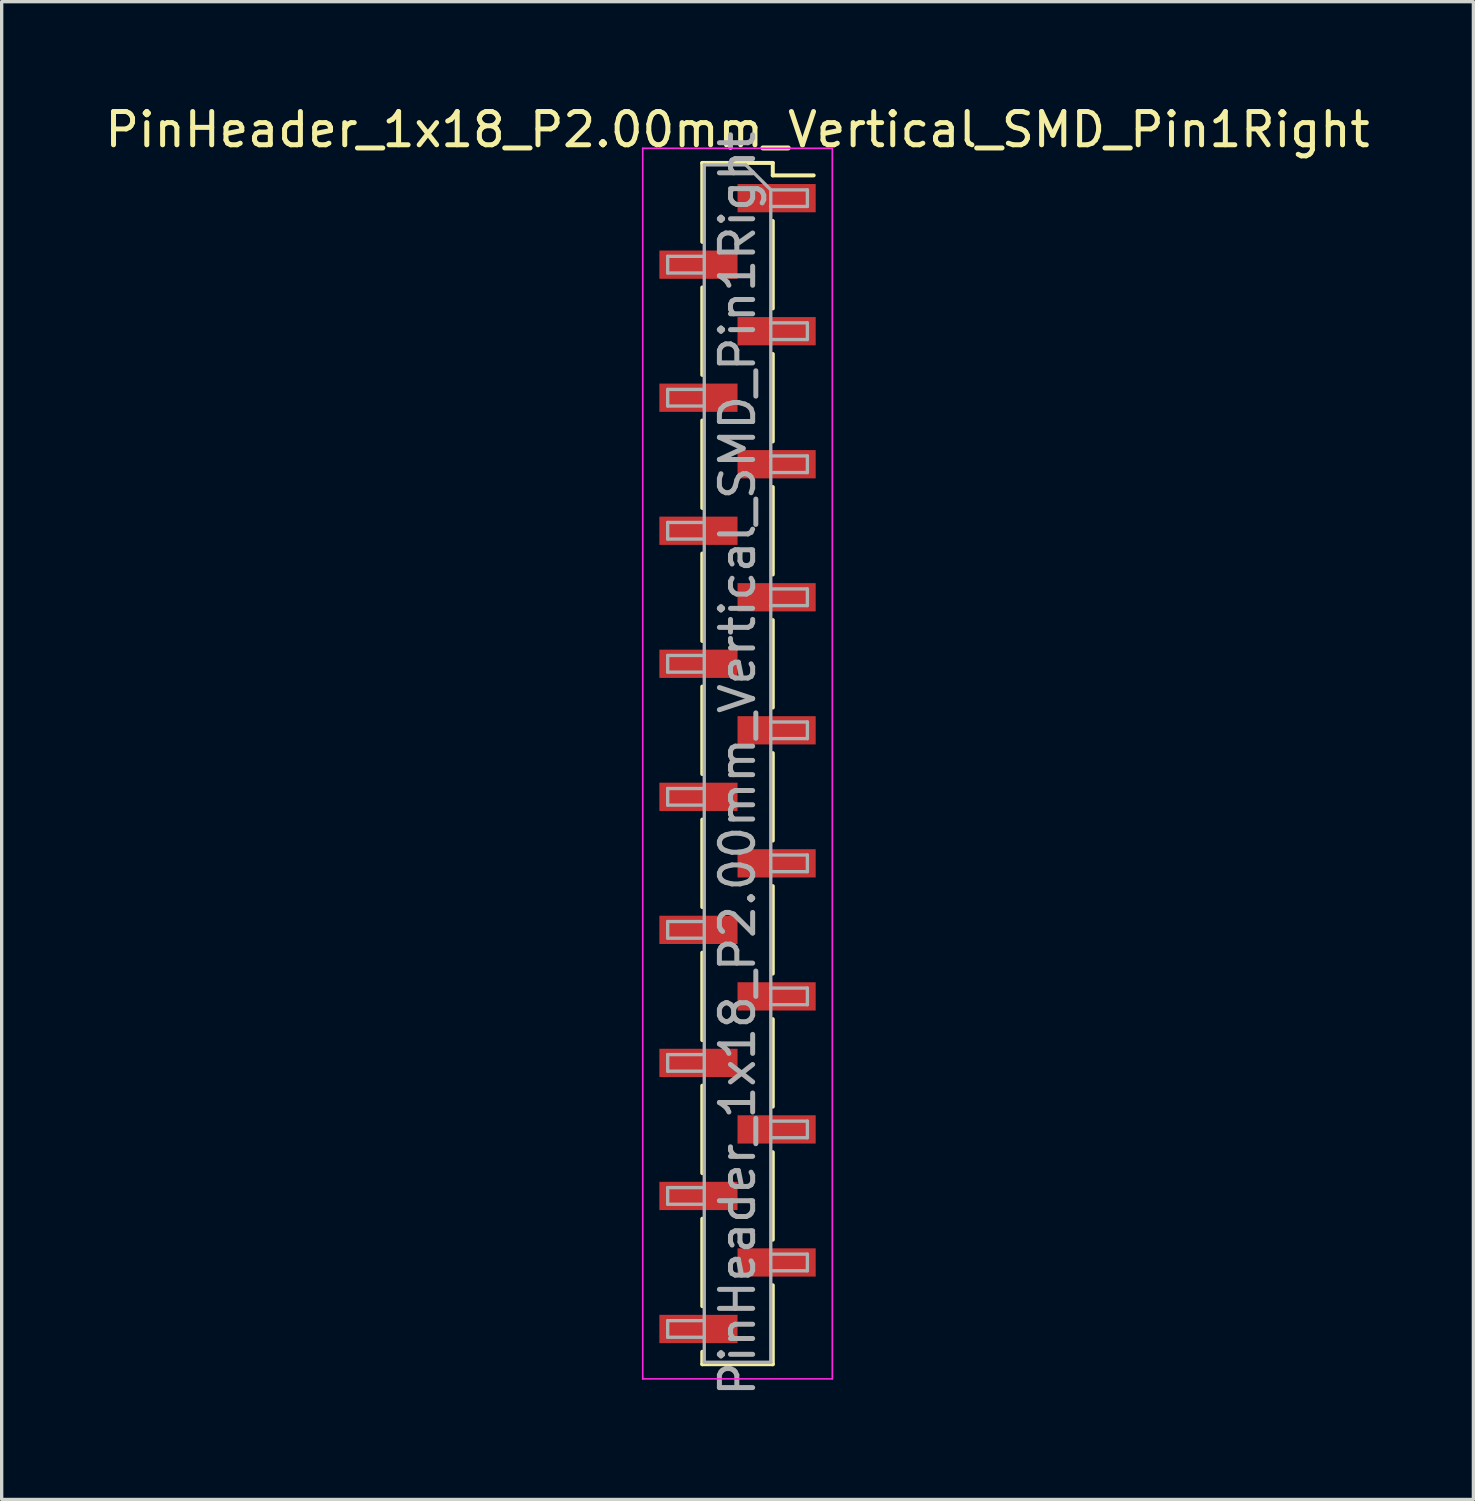
<source format=kicad_pcb>
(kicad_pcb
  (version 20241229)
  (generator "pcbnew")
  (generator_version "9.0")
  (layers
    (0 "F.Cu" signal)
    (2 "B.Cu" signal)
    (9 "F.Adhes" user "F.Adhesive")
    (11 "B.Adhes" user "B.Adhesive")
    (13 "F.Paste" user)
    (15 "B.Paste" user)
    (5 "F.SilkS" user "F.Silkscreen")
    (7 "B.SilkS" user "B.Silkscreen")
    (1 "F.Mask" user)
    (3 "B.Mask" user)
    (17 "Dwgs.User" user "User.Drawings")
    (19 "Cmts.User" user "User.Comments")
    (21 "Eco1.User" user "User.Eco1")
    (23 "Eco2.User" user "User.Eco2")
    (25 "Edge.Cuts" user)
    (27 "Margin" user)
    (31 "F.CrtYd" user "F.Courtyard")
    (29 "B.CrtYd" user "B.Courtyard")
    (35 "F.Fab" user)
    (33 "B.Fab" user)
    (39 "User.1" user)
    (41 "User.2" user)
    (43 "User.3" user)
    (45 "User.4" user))
  (footprint "PinHeader_1x18_P2.00mm_Vertical_SMD_Pin1Right"
    (layer "F.Cu")
    (at 19.125 19.908)
    (property "Reference" "PinHeader_1x18_P2.00mm_Vertical_SMD_Pin1Right" (at 0 -19.06 0) (layer "F.SilkS") (effects (font (size 1 1) (thickness 0.15))))
    (attr smd)
    (fp_line (start -1.06 -18.06) (end -1.06 -15.685) (stroke (width 0.12) (type solid)) (layer "F.SilkS"))
    (fp_line (start -1.06 -18.06) (end 1.06 -18.06) (stroke (width 0.12) (type solid)) (layer "F.SilkS"))
    (fp_line (start -1.06 -14.315) (end -1.06 -11.685) (stroke (width 0.12) (type solid)) (layer "F.SilkS"))
    (fp_line (start -1.06 -10.315) (end -1.06 -7.685) (stroke (width 0.12) (type solid)) (layer "F.SilkS"))
    (fp_line (start -1.06 -6.315) (end -1.06 -3.685) (stroke (width 0.12) (type solid)) (layer "F.SilkS"))
    (fp_line (start -1.06 -2.315) (end -1.06 0.315) (stroke (width 0.12) (type solid)) (layer "F.SilkS"))
    (fp_line (start -1.06 1.685) (end -1.06 4.315) (stroke (width 0.12) (type solid)) (layer "F.SilkS"))
    (fp_line (start -1.06 5.685) (end -1.06 8.315) (stroke (width 0.12) (type solid)) (layer "F.SilkS"))
    (fp_line (start -1.06 9.685) (end -1.06 12.315) (stroke (width 0.12) (type solid)) (layer "F.SilkS"))
    (fp_line (start -1.06 13.685) (end -1.06 16.315) (stroke (width 0.12) (type solid)) (layer "F.SilkS"))
    (fp_line (start -1.06 17.685) (end -1.06 18.06) (stroke (width 0.12) (type solid)) (layer "F.SilkS"))
    (fp_line (start -1.06 18.06) (end 1.06 18.06) (stroke (width 0.12) (type solid)) (layer "F.SilkS"))
    (fp_line (start 1.06 -18.06) (end 1.06 -17.685) (stroke (width 0.12) (type solid)) (layer "F.SilkS"))
    (fp_line (start 1.06 -17.685) (end 2.29 -17.685) (stroke (width 0.12) (type solid)) (layer "F.SilkS"))
    (fp_line (start 1.06 -16.315) (end 1.06 -13.685) (stroke (width 0.12) (type solid)) (layer "F.SilkS"))
    (fp_line (start 1.06 -12.315) (end 1.06 -9.685) (stroke (width 0.12) (type solid)) (layer "F.SilkS"))
    (fp_line (start 1.06 -8.315) (end 1.06 -5.685) (stroke (width 0.12) (type solid)) (layer "F.SilkS"))
    (fp_line (start 1.06 -4.315) (end 1.06 -1.685) (stroke (width 0.12) (type solid)) (layer "F.SilkS"))
    (fp_line (start 1.06 -0.315) (end 1.06 2.315) (stroke (width 0.12) (type solid)) (layer "F.SilkS"))
    (fp_line (start 1.06 3.685) (end 1.06 6.315) (stroke (width 0.12) (type solid)) (layer "F.SilkS"))
    (fp_line (start 1.06 7.685) (end 1.06 10.315) (stroke (width 0.12) (type solid)) (layer "F.SilkS"))
    (fp_line (start 1.06 11.685) (end 1.06 14.315) (stroke (width 0.12) (type solid)) (layer "F.SilkS"))
    (fp_line (start 1.06 15.685) (end 1.06 18.06) (stroke (width 0.12) (type solid)) (layer "F.SilkS"))
    (fp_line (start -2.85 -18.5) (end -2.85 18.5) (stroke (width 0.05) (type solid)) (layer "F.CrtYd"))
    (fp_line (start -2.85 18.5) (end 2.85 18.5) (stroke (width 0.05) (type solid)) (layer "F.CrtYd"))
    (fp_line (start 2.85 -18.5) (end -2.85 -18.5) (stroke (width 0.05) (type solid)) (layer "F.CrtYd"))
    (fp_line (start 2.85 18.5) (end 2.85 -18.5) (stroke (width 0.05) (type solid)) (layer "F.CrtYd"))
    (fp_line (start -2.1 -15.25) (end -2.1 -14.75) (stroke (width 0.1) (type solid)) (layer "F.Fab"))
    (fp_line (start -2.1 -14.75) (end -1 -14.75) (stroke (width 0.1) (type solid)) (layer "F.Fab"))
    (fp_line (start -2.1 -11.25) (end -2.1 -10.75) (stroke (width 0.1) (type solid)) (layer "F.Fab"))
    (fp_line (start -2.1 -10.75) (end -1 -10.75) (stroke (width 0.1) (type solid)) (layer "F.Fab"))
    (fp_line (start -2.1 -7.25) (end -2.1 -6.75) (stroke (width 0.1) (type solid)) (layer "F.Fab"))
    (fp_line (start -2.1 -6.75) (end -1 -6.75) (stroke (width 0.1) (type solid)) (layer "F.Fab"))
    (fp_line (start -2.1 -3.25) (end -2.1 -2.75) (stroke (width 0.1) (type solid)) (layer "F.Fab"))
    (fp_line (start -2.1 -2.75) (end -1 -2.75) (stroke (width 0.1) (type solid)) (layer "F.Fab"))
    (fp_line (start -2.1 0.75) (end -2.1 1.25) (stroke (width 0.1) (type solid)) (layer "F.Fab"))
    (fp_line (start -2.1 1.25) (end -1 1.25) (stroke (width 0.1) (type solid)) (layer "F.Fab"))
    (fp_line (start -2.1 4.75) (end -2.1 5.25) (stroke (width 0.1) (type solid)) (layer "F.Fab"))
    (fp_line (start -2.1 5.25) (end -1 5.25) (stroke (width 0.1) (type solid)) (layer "F.Fab"))
    (fp_line (start -2.1 8.75) (end -2.1 9.25) (stroke (width 0.1) (type solid)) (layer "F.Fab"))
    (fp_line (start -2.1 9.25) (end -1 9.25) (stroke (width 0.1) (type solid)) (layer "F.Fab"))
    (fp_line (start -2.1 12.75) (end -2.1 13.25) (stroke (width 0.1) (type solid)) (layer "F.Fab"))
    (fp_line (start -2.1 13.25) (end -1 13.25) (stroke (width 0.1) (type solid)) (layer "F.Fab"))
    (fp_line (start -2.1 16.75) (end -2.1 17.25) (stroke (width 0.1) (type solid)) (layer "F.Fab"))
    (fp_line (start -2.1 17.25) (end -1 17.25) (stroke (width 0.1) (type solid)) (layer "F.Fab"))
    (fp_line (start -1 -18) (end -1 18) (stroke (width 0.1) (type solid)) (layer "F.Fab"))
    (fp_line (start -1 -18) (end 0.25 -18) (stroke (width 0.1) (type solid)) (layer "F.Fab"))
    (fp_line (start -1 -15.25) (end -2.1 -15.25) (stroke (width 0.1) (type solid)) (layer "F.Fab"))
    (fp_line (start -1 -11.25) (end -2.1 -11.25) (stroke (width 0.1) (type solid)) (layer "F.Fab"))
    (fp_line (start -1 -7.25) (end -2.1 -7.25) (stroke (width 0.1) (type solid)) (layer "F.Fab"))
    (fp_line (start -1 -3.25) (end -2.1 -3.25) (stroke (width 0.1) (type solid)) (layer "F.Fab"))
    (fp_line (start -1 0.75) (end -2.1 0.75) (stroke (width 0.1) (type solid)) (layer "F.Fab"))
    (fp_line (start -1 4.75) (end -2.1 4.75) (stroke (width 0.1) (type solid)) (layer "F.Fab"))
    (fp_line (start -1 8.75) (end -2.1 8.75) (stroke (width 0.1) (type solid)) (layer "F.Fab"))
    (fp_line (start -1 12.75) (end -2.1 12.75) (stroke (width 0.1) (type solid)) (layer "F.Fab"))
    (fp_line (start -1 16.75) (end -2.1 16.75) (stroke (width 0.1) (type solid)) (layer "F.Fab"))
    (fp_line (start 1 -17.25) (end 0.25 -18) (stroke (width 0.1) (type solid)) (layer "F.Fab"))
    (fp_line (start 1 -17.25) (end 2.1 -17.25) (stroke (width 0.1) (type solid)) (layer "F.Fab"))
    (fp_line (start 1 -13.25) (end 2.1 -13.25) (stroke (width 0.1) (type solid)) (layer "F.Fab"))
    (fp_line (start 1 -9.25) (end 2.1 -9.25) (stroke (width 0.1) (type solid)) (layer "F.Fab"))
    (fp_line (start 1 -5.25) (end 2.1 -5.25) (stroke (width 0.1) (type solid)) (layer "F.Fab"))
    (fp_line (start 1 -1.25) (end 2.1 -1.25) (stroke (width 0.1) (type solid)) (layer "F.Fab"))
    (fp_line (start 1 2.75) (end 2.1 2.75) (stroke (width 0.1) (type solid)) (layer "F.Fab"))
    (fp_line (start 1 6.75) (end 2.1 6.75) (stroke (width 0.1) (type solid)) (layer "F.Fab"))
    (fp_line (start 1 10.75) (end 2.1 10.75) (stroke (width 0.1) (type solid)) (layer "F.Fab"))
    (fp_line (start 1 14.75) (end 2.1 14.75) (stroke (width 0.1) (type solid)) (layer "F.Fab"))
    (fp_line (start 1 18) (end -1 18) (stroke (width 0.1) (type solid)) (layer "F.Fab"))
    (fp_line (start 1 18) (end 1 -17.25) (stroke (width 0.1) (type solid)) (layer "F.Fab"))
    (fp_line (start 2.1 -17.25) (end 2.1 -16.75) (stroke (width 0.1) (type solid)) (layer "F.Fab"))
    (fp_line (start 2.1 -16.75) (end 1 -16.75) (stroke (width 0.1) (type solid)) (layer "F.Fab"))
    (fp_line (start 2.1 -13.25) (end 2.1 -12.75) (stroke (width 0.1) (type solid)) (layer "F.Fab"))
    (fp_line (start 2.1 -12.75) (end 1 -12.75) (stroke (width 0.1) (type solid)) (layer "F.Fab"))
    (fp_line (start 2.1 -9.25) (end 2.1 -8.75) (stroke (width 0.1) (type solid)) (layer "F.Fab"))
    (fp_line (start 2.1 -8.75) (end 1 -8.75) (stroke (width 0.1) (type solid)) (layer "F.Fab"))
    (fp_line (start 2.1 -5.25) (end 2.1 -4.75) (stroke (width 0.1) (type solid)) (layer "F.Fab"))
    (fp_line (start 2.1 -4.75) (end 1 -4.75) (stroke (width 0.1) (type solid)) (layer "F.Fab"))
    (fp_line (start 2.1 -1.25) (end 2.1 -0.75) (stroke (width 0.1) (type solid)) (layer "F.Fab"))
    (fp_line (start 2.1 -0.75) (end 1 -0.75) (stroke (width 0.1) (type solid)) (layer "F.Fab"))
    (fp_line (start 2.1 2.75) (end 2.1 3.25) (stroke (width 0.1) (type solid)) (layer "F.Fab"))
    (fp_line (start 2.1 3.25) (end 1 3.25) (stroke (width 0.1) (type solid)) (layer "F.Fab"))
    (fp_line (start 2.1 6.75) (end 2.1 7.25) (stroke (width 0.1) (type solid)) (layer "F.Fab"))
    (fp_line (start 2.1 7.25) (end 1 7.25) (stroke (width 0.1) (type solid)) (layer "F.Fab"))
    (fp_line (start 2.1 10.75) (end 2.1 11.25) (stroke (width 0.1) (type solid)) (layer "F.Fab"))
    (fp_line (start 2.1 11.25) (end 1 11.25) (stroke (width 0.1) (type solid)) (layer "F.Fab"))
    (fp_line (start 2.1 14.75) (end 2.1 15.25) (stroke (width 0.1) (type solid)) (layer "F.Fab"))
    (fp_line (start 2.1 15.25) (end 1 15.25) (stroke (width 0.1) (type solid)) (layer "F.Fab"))
    (fp_text user "${REFERENCE}" (at 0 0 90) (layer "F.Fab") (effects (font (size 1 1) (thickness 0.15))))
    (pad "1" smd rect (at 1.175 -17) (size 2.35 0.85) (layers "F.Cu" "F.Mask" "F.Paste"))
    (pad "2" smd rect (at -1.175 -15) (size 2.35 0.85) (layers "F.Cu" "F.Mask" "F.Paste"))
    (pad "3" smd rect (at 1.175 -13) (size 2.35 0.85) (layers "F.Cu" "F.Mask" "F.Paste"))
    (pad "4" smd rect (at -1.175 -11) (size 2.35 0.85) (layers "F.Cu" "F.Mask" "F.Paste"))
    (pad "5" smd rect (at 1.175 -9) (size 2.35 0.85) (layers "F.Cu" "F.Mask" "F.Paste"))
    (pad "6" smd rect (at -1.175 -7) (size 2.35 0.85) (layers "F.Cu" "F.Mask" "F.Paste"))
    (pad "7" smd rect (at 1.175 -5) (size 2.35 0.85) (layers "F.Cu" "F.Mask" "F.Paste"))
    (pad "8" smd rect (at -1.175 -3) (size 2.35 0.85) (layers "F.Cu" "F.Mask" "F.Paste"))
    (pad "9" smd rect (at 1.175 -1) (size 2.35 0.85) (layers "F.Cu" "F.Mask" "F.Paste"))
    (pad "10" smd rect (at -1.175 1) (size 2.35 0.85) (layers "F.Cu" "F.Mask" "F.Paste"))
    (pad "11" smd rect (at 1.175 3) (size 2.35 0.85) (layers "F.Cu" "F.Mask" "F.Paste"))
    (pad "12" smd rect (at -1.175 5) (size 2.35 0.85) (layers "F.Cu" "F.Mask" "F.Paste"))
    (pad "13" smd rect (at 1.175 7) (size 2.35 0.85) (layers "F.Cu" "F.Mask" "F.Paste"))
    (pad "14" smd rect (at -1.175 9) (size 2.35 0.85) (layers "F.Cu" "F.Mask" "F.Paste"))
    (pad "15" smd rect (at 1.175 11) (size 2.35 0.85) (layers "F.Cu" "F.Mask" "F.Paste"))
    (pad "16" smd rect (at -1.175 13) (size 2.35 0.85) (layers "F.Cu" "F.Mask" "F.Paste"))
    (pad "17" smd rect (at 1.175 15) (size 2.35 0.85) (layers "F.Cu" "F.Mask" "F.Paste"))
    (pad "18" smd rect (at -1.175 17) (size 2.35 0.85) (layers "F.Cu" "F.Mask" "F.Paste")))
  (gr_rect
    (start -3 -3)
    (end 41.25 42.033)
    (stroke (width 0.1) (type default))
    (fill no)
    (layer "Edge.Cuts")))
</source>
